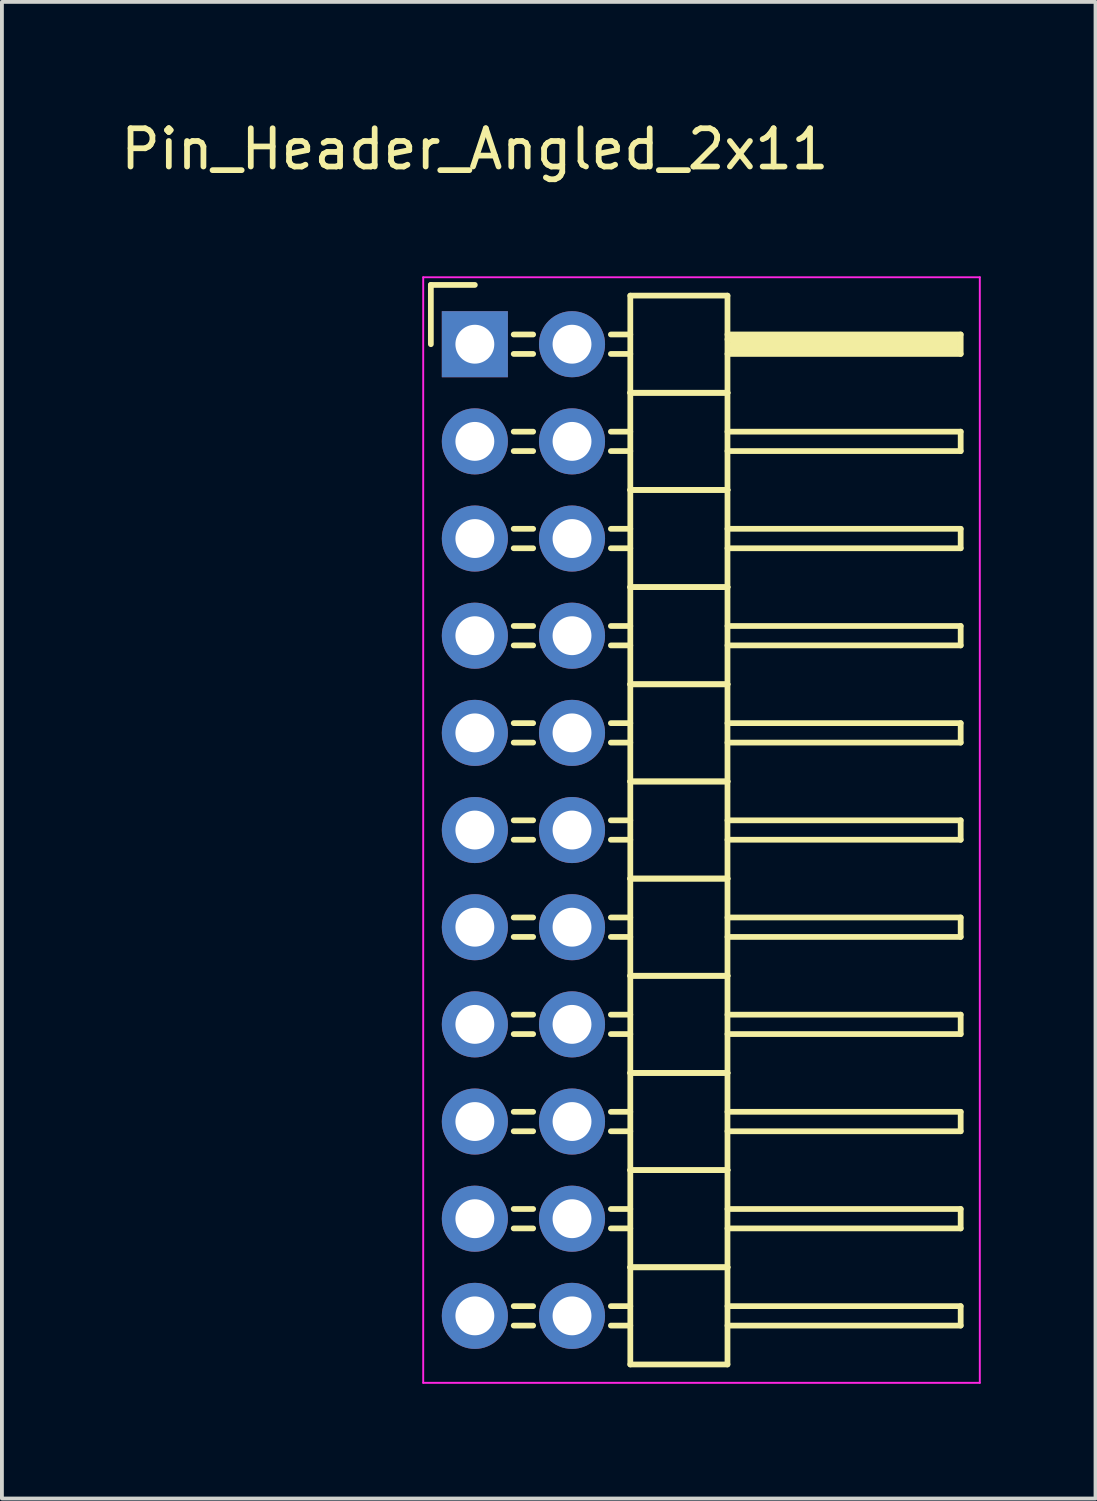
<source format=kicad_pcb>
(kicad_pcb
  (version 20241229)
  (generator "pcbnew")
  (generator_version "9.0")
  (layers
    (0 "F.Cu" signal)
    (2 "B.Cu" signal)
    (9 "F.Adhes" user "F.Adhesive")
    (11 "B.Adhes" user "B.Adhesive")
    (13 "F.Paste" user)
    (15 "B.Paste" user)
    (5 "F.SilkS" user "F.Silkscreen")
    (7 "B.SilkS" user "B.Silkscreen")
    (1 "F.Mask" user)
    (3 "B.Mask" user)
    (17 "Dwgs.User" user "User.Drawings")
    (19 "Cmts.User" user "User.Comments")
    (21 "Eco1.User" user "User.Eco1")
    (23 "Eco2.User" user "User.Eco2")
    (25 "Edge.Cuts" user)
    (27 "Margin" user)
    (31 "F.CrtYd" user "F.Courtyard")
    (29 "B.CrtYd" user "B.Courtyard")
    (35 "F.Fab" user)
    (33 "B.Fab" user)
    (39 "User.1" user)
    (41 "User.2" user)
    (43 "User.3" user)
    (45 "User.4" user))
  (footprint "Pin_Header_Angled_2x11"
    (layer "F.Cu")
    (at 9.363 5.948)
    (property "Reference" "Pin_Header_Angled_2x11" (at 0 -5.1 0) (layer "F.SilkS") (effects (font (size 1 1) (thickness 0.15))))
    (attr through_hole)
    (fp_line (start -1.15 -1.55) (end -1.15 0) (stroke (width 0.15) (type solid)) (layer "F.SilkS"))
    (fp_line (start 0 -1.55) (end -1.15 -1.55) (stroke (width 0.15) (type solid)) (layer "F.SilkS"))
    (fp_line (start 1.524 -0.254) (end 1.016 -0.254) (stroke (width 0.15) (type solid)) (layer "F.SilkS"))
    (fp_line (start 1.524 0.254) (end 1.016 0.254) (stroke (width 0.15) (type solid)) (layer "F.SilkS"))
    (fp_line (start 1.524 2.286) (end 1.016 2.286) (stroke (width 0.15) (type solid)) (layer "F.SilkS"))
    (fp_line (start 1.524 2.794) (end 1.016 2.794) (stroke (width 0.15) (type solid)) (layer "F.SilkS"))
    (fp_line (start 1.524 4.826) (end 1.016 4.826) (stroke (width 0.15) (type solid)) (layer "F.SilkS"))
    (fp_line (start 1.524 5.334) (end 1.016 5.334) (stroke (width 0.15) (type solid)) (layer "F.SilkS"))
    (fp_line (start 1.524 7.366) (end 1.016 7.366) (stroke (width 0.15) (type solid)) (layer "F.SilkS"))
    (fp_line (start 1.524 7.874) (end 1.016 7.874) (stroke (width 0.15) (type solid)) (layer "F.SilkS"))
    (fp_line (start 1.524 9.906) (end 1.016 9.906) (stroke (width 0.15) (type solid)) (layer "F.SilkS"))
    (fp_line (start 1.524 10.414) (end 1.016 10.414) (stroke (width 0.15) (type solid)) (layer "F.SilkS"))
    (fp_line (start 1.524 12.446) (end 1.016 12.446) (stroke (width 0.15) (type solid)) (layer "F.SilkS"))
    (fp_line (start 1.524 12.954) (end 1.016 12.954) (stroke (width 0.15) (type solid)) (layer "F.SilkS"))
    (fp_line (start 1.524 14.986) (end 1.016 14.986) (stroke (width 0.15) (type solid)) (layer "F.SilkS"))
    (fp_line (start 1.524 15.494) (end 1.016 15.494) (stroke (width 0.15) (type solid)) (layer "F.SilkS"))
    (fp_line (start 1.524 17.526) (end 1.016 17.526) (stroke (width 0.15) (type solid)) (layer "F.SilkS"))
    (fp_line (start 1.524 18.034) (end 1.016 18.034) (stroke (width 0.15) (type solid)) (layer "F.SilkS"))
    (fp_line (start 1.524 20.066) (end 1.016 20.066) (stroke (width 0.15) (type solid)) (layer "F.SilkS"))
    (fp_line (start 1.524 20.574) (end 1.016 20.574) (stroke (width 0.15) (type solid)) (layer "F.SilkS"))
    (fp_line (start 1.524 22.606) (end 1.016 22.606) (stroke (width 0.15) (type solid)) (layer "F.SilkS"))
    (fp_line (start 1.524 23.114) (end 1.016 23.114) (stroke (width 0.15) (type solid)) (layer "F.SilkS"))
    (fp_line (start 1.524 25.146) (end 1.016 25.146) (stroke (width 0.15) (type solid)) (layer "F.SilkS"))
    (fp_line (start 1.524 25.654) (end 1.016 25.654) (stroke (width 0.15) (type solid)) (layer "F.SilkS"))
    (fp_line (start 4.064 -1.27) (end 4.064 1.27) (stroke (width 0.15) (type solid)) (layer "F.SilkS"))
    (fp_line (start 4.064 -1.27) (end 6.604 -1.27) (stroke (width 0.15) (type solid)) (layer "F.SilkS"))
    (fp_line (start 4.064 -0.254) (end 3.556 -0.254) (stroke (width 0.15) (type solid)) (layer "F.SilkS"))
    (fp_line (start 4.064 0.254) (end 3.556 0.254) (stroke (width 0.15) (type solid)) (layer "F.SilkS"))
    (fp_line (start 4.064 1.27) (end 4.064 3.81) (stroke (width 0.15) (type solid)) (layer "F.SilkS"))
    (fp_line (start 4.064 1.27) (end 6.604 1.27) (stroke (width 0.15) (type solid)) (layer "F.SilkS"))
    (fp_line (start 4.064 1.27) (end 6.604 1.27) (stroke (width 0.15) (type solid)) (layer "F.SilkS"))
    (fp_line (start 4.064 2.286) (end 3.556 2.286) (stroke (width 0.15) (type solid)) (layer "F.SilkS"))
    (fp_line (start 4.064 2.794) (end 3.556 2.794) (stroke (width 0.15) (type solid)) (layer "F.SilkS"))
    (fp_line (start 4.064 3.81) (end 4.064 6.35) (stroke (width 0.15) (type solid)) (layer "F.SilkS"))
    (fp_line (start 4.064 3.81) (end 6.604 3.81) (stroke (width 0.15) (type solid)) (layer "F.SilkS"))
    (fp_line (start 4.064 3.81) (end 6.604 3.81) (stroke (width 0.15) (type solid)) (layer "F.SilkS"))
    (fp_line (start 4.064 4.826) (end 3.556 4.826) (stroke (width 0.15) (type solid)) (layer "F.SilkS"))
    (fp_line (start 4.064 5.334) (end 3.556 5.334) (stroke (width 0.15) (type solid)) (layer "F.SilkS"))
    (fp_line (start 4.064 6.35) (end 4.064 8.89) (stroke (width 0.15) (type solid)) (layer "F.SilkS"))
    (fp_line (start 4.064 6.35) (end 6.604 6.35) (stroke (width 0.15) (type solid)) (layer "F.SilkS"))
    (fp_line (start 4.064 6.35) (end 6.604 6.35) (stroke (width 0.15) (type solid)) (layer "F.SilkS"))
    (fp_line (start 4.064 7.366) (end 3.556 7.366) (stroke (width 0.15) (type solid)) (layer "F.SilkS"))
    (fp_line (start 4.064 7.874) (end 3.556 7.874) (stroke (width 0.15) (type solid)) (layer "F.SilkS"))
    (fp_line (start 4.064 8.89) (end 4.064 11.43) (stroke (width 0.15) (type solid)) (layer "F.SilkS"))
    (fp_line (start 4.064 8.89) (end 6.604 8.89) (stroke (width 0.15) (type solid)) (layer "F.SilkS"))
    (fp_line (start 4.064 8.89) (end 6.604 8.89) (stroke (width 0.15) (type solid)) (layer "F.SilkS"))
    (fp_line (start 4.064 9.906) (end 3.556 9.906) (stroke (width 0.15) (type solid)) (layer "F.SilkS"))
    (fp_line (start 4.064 10.414) (end 3.556 10.414) (stroke (width 0.15) (type solid)) (layer "F.SilkS"))
    (fp_line (start 4.064 11.43) (end 4.064 13.97) (stroke (width 0.15) (type solid)) (layer "F.SilkS"))
    (fp_line (start 4.064 11.43) (end 6.604 11.43) (stroke (width 0.15) (type solid)) (layer "F.SilkS"))
    (fp_line (start 4.064 11.43) (end 6.604 11.43) (stroke (width 0.15) (type solid)) (layer "F.SilkS"))
    (fp_line (start 4.064 12.446) (end 3.556 12.446) (stroke (width 0.15) (type solid)) (layer "F.SilkS"))
    (fp_line (start 4.064 12.954) (end 3.556 12.954) (stroke (width 0.15) (type solid)) (layer "F.SilkS"))
    (fp_line (start 4.064 13.97) (end 4.064 16.51) (stroke (width 0.15) (type solid)) (layer "F.SilkS"))
    (fp_line (start 4.064 13.97) (end 6.604 13.97) (stroke (width 0.15) (type solid)) (layer "F.SilkS"))
    (fp_line (start 4.064 13.97) (end 6.604 13.97) (stroke (width 0.15) (type solid)) (layer "F.SilkS"))
    (fp_line (start 4.064 14.986) (end 3.556 14.986) (stroke (width 0.15) (type solid)) (layer "F.SilkS"))
    (fp_line (start 4.064 15.494) (end 3.556 15.494) (stroke (width 0.15) (type solid)) (layer "F.SilkS"))
    (fp_line (start 4.064 16.51) (end 4.064 19.05) (stroke (width 0.15) (type solid)) (layer "F.SilkS"))
    (fp_line (start 4.064 16.51) (end 6.604 16.51) (stroke (width 0.15) (type solid)) (layer "F.SilkS"))
    (fp_line (start 4.064 16.51) (end 6.604 16.51) (stroke (width 0.15) (type solid)) (layer "F.SilkS"))
    (fp_line (start 4.064 17.526) (end 3.556 17.526) (stroke (width 0.15) (type solid)) (layer "F.SilkS"))
    (fp_line (start 4.064 18.034) (end 3.556 18.034) (stroke (width 0.15) (type solid)) (layer "F.SilkS"))
    (fp_line (start 4.064 19.05) (end 4.064 21.59) (stroke (width 0.15) (type solid)) (layer "F.SilkS"))
    (fp_line (start 4.064 19.05) (end 6.604 19.05) (stroke (width 0.15) (type solid)) (layer "F.SilkS"))
    (fp_line (start 4.064 19.05) (end 6.604 19.05) (stroke (width 0.15) (type solid)) (layer "F.SilkS"))
    (fp_line (start 4.064 20.066) (end 3.556 20.066) (stroke (width 0.15) (type solid)) (layer "F.SilkS"))
    (fp_line (start 4.064 20.574) (end 3.556 20.574) (stroke (width 0.15) (type solid)) (layer "F.SilkS"))
    (fp_line (start 4.064 21.59) (end 4.064 24.13) (stroke (width 0.15) (type solid)) (layer "F.SilkS"))
    (fp_line (start 4.064 21.59) (end 6.604 21.59) (stroke (width 0.15) (type solid)) (layer "F.SilkS"))
    (fp_line (start 4.064 21.59) (end 6.604 21.59) (stroke (width 0.15) (type solid)) (layer "F.SilkS"))
    (fp_line (start 4.064 22.606) (end 3.556 22.606) (stroke (width 0.15) (type solid)) (layer "F.SilkS"))
    (fp_line (start 4.064 23.114) (end 3.556 23.114) (stroke (width 0.15) (type solid)) (layer "F.SilkS"))
    (fp_line (start 4.064 24.13) (end 4.064 26.67) (stroke (width 0.15) (type solid)) (layer "F.SilkS"))
    (fp_line (start 4.064 24.13) (end 6.604 24.13) (stroke (width 0.15) (type solid)) (layer "F.SilkS"))
    (fp_line (start 4.064 24.13) (end 6.604 24.13) (stroke (width 0.15) (type solid)) (layer "F.SilkS"))
    (fp_line (start 4.064 25.146) (end 3.556 25.146) (stroke (width 0.15) (type solid)) (layer "F.SilkS"))
    (fp_line (start 4.064 25.654) (end 3.556 25.654) (stroke (width 0.15) (type solid)) (layer "F.SilkS"))
    (fp_line (start 4.064 26.67) (end 6.604 26.67) (stroke (width 0.15) (type solid)) (layer "F.SilkS"))
    (fp_line (start 6.604 -0.254) (end 12.7 -0.254) (stroke (width 0.15) (type solid)) (layer "F.SilkS"))
    (fp_line (start 6.604 -0.127) (end 12.573 -0.127) (stroke (width 0.15) (type solid)) (layer "F.SilkS"))
    (fp_line (start 6.604 1.27) (end 6.604 -1.27) (stroke (width 0.15) (type solid)) (layer "F.SilkS"))
    (fp_line (start 6.604 2.286) (end 12.7 2.286) (stroke (width 0.15) (type solid)) (layer "F.SilkS"))
    (fp_line (start 6.604 3.81) (end 6.604 1.27) (stroke (width 0.15) (type solid)) (layer "F.SilkS"))
    (fp_line (start 6.604 4.826) (end 12.7 4.826) (stroke (width 0.15) (type solid)) (layer "F.SilkS"))
    (fp_line (start 6.604 6.35) (end 6.604 3.81) (stroke (width 0.15) (type solid)) (layer "F.SilkS"))
    (fp_line (start 6.604 7.366) (end 12.7 7.366) (stroke (width 0.15) (type solid)) (layer "F.SilkS"))
    (fp_line (start 6.604 8.89) (end 6.604 6.35) (stroke (width 0.15) (type solid)) (layer "F.SilkS"))
    (fp_line (start 6.604 9.906) (end 12.7 9.906) (stroke (width 0.15) (type solid)) (layer "F.SilkS"))
    (fp_line (start 6.604 11.43) (end 6.604 8.89) (stroke (width 0.15) (type solid)) (layer "F.SilkS"))
    (fp_line (start 6.604 12.446) (end 12.7 12.446) (stroke (width 0.15) (type solid)) (layer "F.SilkS"))
    (fp_line (start 6.604 13.97) (end 6.604 11.43) (stroke (width 0.15) (type solid)) (layer "F.SilkS"))
    (fp_line (start 6.604 14.986) (end 12.7 14.986) (stroke (width 0.15) (type solid)) (layer "F.SilkS"))
    (fp_line (start 6.604 16.51) (end 6.604 13.97) (stroke (width 0.15) (type solid)) (layer "F.SilkS"))
    (fp_line (start 6.604 17.526) (end 12.7 17.526) (stroke (width 0.15) (type solid)) (layer "F.SilkS"))
    (fp_line (start 6.604 19.05) (end 6.604 16.51) (stroke (width 0.15) (type solid)) (layer "F.SilkS"))
    (fp_line (start 6.604 20.066) (end 12.7 20.066) (stroke (width 0.15) (type solid)) (layer "F.SilkS"))
    (fp_line (start 6.604 21.59) (end 6.604 19.05) (stroke (width 0.15) (type solid)) (layer "F.SilkS"))
    (fp_line (start 6.604 22.606) (end 12.7 22.606) (stroke (width 0.15) (type solid)) (layer "F.SilkS"))
    (fp_line (start 6.604 24.13) (end 6.604 21.59) (stroke (width 0.15) (type solid)) (layer "F.SilkS"))
    (fp_line (start 6.604 25.146) (end 12.7 25.146) (stroke (width 0.15) (type solid)) (layer "F.SilkS"))
    (fp_line (start 6.604 26.67) (end 6.604 24.13) (stroke (width 0.15) (type solid)) (layer "F.SilkS"))
    (fp_line (start 6.731 0) (end 12.573 0) (stroke (width 0.15) (type solid)) (layer "F.SilkS"))
    (fp_line (start 6.731 0.127) (end 6.731 0) (stroke (width 0.15) (type solid)) (layer "F.SilkS"))
    (fp_line (start 12.573 -0.127) (end 12.573 0.127) (stroke (width 0.15) (type solid)) (layer "F.SilkS"))
    (fp_line (start 12.573 0.127) (end 6.731 0.127) (stroke (width 0.15) (type solid)) (layer "F.SilkS"))
    (fp_line (start 12.7 -0.254) (end 12.7 0.254) (stroke (width 0.15) (type solid)) (layer "F.SilkS"))
    (fp_line (start 12.7 0.254) (end 6.604 0.254) (stroke (width 0.15) (type solid)) (layer "F.SilkS"))
    (fp_line (start 12.7 2.286) (end 12.7 2.794) (stroke (width 0.15) (type solid)) (layer "F.SilkS"))
    (fp_line (start 12.7 2.794) (end 6.604 2.794) (stroke (width 0.15) (type solid)) (layer "F.SilkS"))
    (fp_line (start 12.7 4.826) (end 12.7 5.334) (stroke (width 0.15) (type solid)) (layer "F.SilkS"))
    (fp_line (start 12.7 5.334) (end 6.604 5.334) (stroke (width 0.15) (type solid)) (layer "F.SilkS"))
    (fp_line (start 12.7 7.366) (end 12.7 7.874) (stroke (width 0.15) (type solid)) (layer "F.SilkS"))
    (fp_line (start 12.7 7.874) (end 6.604 7.874) (stroke (width 0.15) (type solid)) (layer "F.SilkS"))
    (fp_line (start 12.7 9.906) (end 12.7 10.414) (stroke (width 0.15) (type solid)) (layer "F.SilkS"))
    (fp_line (start 12.7 10.414) (end 6.604 10.414) (stroke (width 0.15) (type solid)) (layer "F.SilkS"))
    (fp_line (start 12.7 12.446) (end 12.7 12.954) (stroke (width 0.15) (type solid)) (layer "F.SilkS"))
    (fp_line (start 12.7 12.954) (end 6.604 12.954) (stroke (width 0.15) (type solid)) (layer "F.SilkS"))
    (fp_line (start 12.7 14.986) (end 12.7 15.494) (stroke (width 0.15) (type solid)) (layer "F.SilkS"))
    (fp_line (start 12.7 15.494) (end 6.604 15.494) (stroke (width 0.15) (type solid)) (layer "F.SilkS"))
    (fp_line (start 12.7 17.526) (end 12.7 18.034) (stroke (width 0.15) (type solid)) (layer "F.SilkS"))
    (fp_line (start 12.7 18.034) (end 6.604 18.034) (stroke (width 0.15) (type solid)) (layer "F.SilkS"))
    (fp_line (start 12.7 20.066) (end 12.7 20.574) (stroke (width 0.15) (type solid)) (layer "F.SilkS"))
    (fp_line (start 12.7 20.574) (end 6.604 20.574) (stroke (width 0.15) (type solid)) (layer "F.SilkS"))
    (fp_line (start 12.7 22.606) (end 12.7 23.114) (stroke (width 0.15) (type solid)) (layer "F.SilkS"))
    (fp_line (start 12.7 23.114) (end 6.604 23.114) (stroke (width 0.15) (type solid)) (layer "F.SilkS"))
    (fp_line (start 12.7 25.146) (end 12.7 25.654) (stroke (width 0.15) (type solid)) (layer "F.SilkS"))
    (fp_line (start 12.7 25.654) (end 6.604 25.654) (stroke (width 0.15) (type solid)) (layer "F.SilkS"))
    (fp_line (start -1.35 -1.75) (end -1.35 27.15) (stroke (width 0.05) (type solid)) (layer "F.CrtYd"))
    (fp_line (start -1.35 -1.75) (end 13.2 -1.75) (stroke (width 0.05) (type solid)) (layer "F.CrtYd"))
    (fp_line (start -1.35 27.15) (end 13.2 27.15) (stroke (width 0.05) (type solid)) (layer "F.CrtYd"))
    (fp_line (start 13.2 -1.75) (end 13.2 27.15) (stroke (width 0.05) (type solid)) (layer "F.CrtYd"))
    (pad "1" thru_hole rect (at 0 0) (size 1.727 1.727) (drill 1.016) (layers "*.Cu" "*.Mask"))
    (pad "2" thru_hole oval (at 2.54 0) (size 1.727 1.727) (drill 1.016) (layers "*.Cu" "*.Mask"))
    (pad "3" thru_hole oval (at 0 2.54) (size 1.727 1.727) (drill 1.016) (layers "*.Cu" "*.Mask"))
    (pad "4" thru_hole oval (at 2.54 2.54) (size 1.727 1.727) (drill 1.016) (layers "*.Cu" "*.Mask"))
    (pad "5" thru_hole oval (at 0 5.08) (size 1.727 1.727) (drill 1.016) (layers "*.Cu" "*.Mask"))
    (pad "6" thru_hole oval (at 2.54 5.08) (size 1.727 1.727) (drill 1.016) (layers "*.Cu" "*.Mask"))
    (pad "7" thru_hole oval (at 0 7.62) (size 1.727 1.727) (drill 1.016) (layers "*.Cu" "*.Mask"))
    (pad "8" thru_hole oval (at 2.54 7.62) (size 1.727 1.727) (drill 1.016) (layers "*.Cu" "*.Mask"))
    (pad "9" thru_hole oval (at 0 10.16) (size 1.727 1.727) (drill 1.016) (layers "*.Cu" "*.Mask"))
    (pad "10" thru_hole oval (at 2.54 10.16) (size 1.727 1.727) (drill 1.016) (layers "*.Cu" "*.Mask"))
    (pad "11" thru_hole oval (at 0 12.7) (size 1.727 1.727) (drill 1.016) (layers "*.Cu" "*.Mask"))
    (pad "12" thru_hole oval (at 2.54 12.7) (size 1.727 1.727) (drill 1.016) (layers "*.Cu" "*.Mask"))
    (pad "13" thru_hole oval (at 0 15.24) (size 1.727 1.727) (drill 1.016) (layers "*.Cu" "*.Mask"))
    (pad "14" thru_hole oval (at 2.54 15.24) (size 1.727 1.727) (drill 1.016) (layers "*.Cu" "*.Mask"))
    (pad "15" thru_hole oval (at 0 17.78) (size 1.727 1.727) (drill 1.016) (layers "*.Cu" "*.Mask"))
    (pad "16" thru_hole oval (at 2.54 17.78) (size 1.727 1.727) (drill 1.016) (layers "*.Cu" "*.Mask"))
    (pad "17" thru_hole oval (at 0 20.32) (size 1.727 1.727) (drill 1.016) (layers "*.Cu" "*.Mask"))
    (pad "18" thru_hole oval (at 2.54 20.32) (size 1.727 1.727) (drill 1.016) (layers "*.Cu" "*.Mask"))
    (pad "19" thru_hole oval (at 0 22.86) (size 1.727 1.727) (drill 1.016) (layers "*.Cu" "*.Mask"))
    (pad "20" thru_hole oval (at 2.54 22.86) (size 1.727 1.727) (drill 1.016) (layers "*.Cu" "*.Mask"))
    (pad "21" thru_hole oval (at 0 25.4) (size 1.727 1.727) (drill 1.016) (layers "*.Cu" "*.Mask"))
    (pad "22" thru_hole oval (at 2.54 25.4) (size 1.727 1.727) (drill 1.016) (layers "*.Cu" "*.Mask")))
  (gr_rect
    (start -3 -3)
    (end 25.588 36.123)
    (stroke (width 0.1) (type default))
    (fill no)
    (layer "Edge.Cuts")))
</source>
